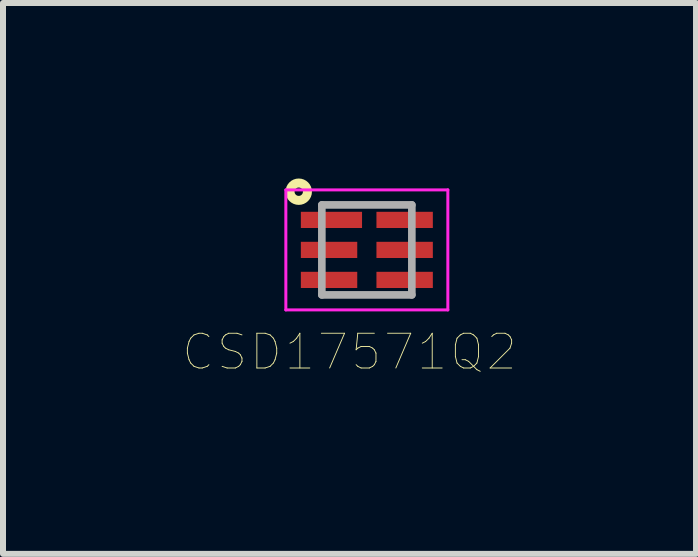
<source format=kicad_pcb>
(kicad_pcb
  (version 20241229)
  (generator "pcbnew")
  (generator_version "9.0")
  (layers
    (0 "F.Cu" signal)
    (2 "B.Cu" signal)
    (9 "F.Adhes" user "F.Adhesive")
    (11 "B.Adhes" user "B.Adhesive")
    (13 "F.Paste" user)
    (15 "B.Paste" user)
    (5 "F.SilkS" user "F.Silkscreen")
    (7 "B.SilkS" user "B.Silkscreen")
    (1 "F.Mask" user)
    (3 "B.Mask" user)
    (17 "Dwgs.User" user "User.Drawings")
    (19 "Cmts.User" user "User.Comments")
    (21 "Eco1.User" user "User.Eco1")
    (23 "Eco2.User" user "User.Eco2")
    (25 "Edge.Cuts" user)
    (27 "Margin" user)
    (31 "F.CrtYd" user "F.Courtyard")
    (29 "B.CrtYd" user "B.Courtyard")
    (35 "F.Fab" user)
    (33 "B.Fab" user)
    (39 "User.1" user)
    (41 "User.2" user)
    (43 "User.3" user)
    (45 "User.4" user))
  (footprint "CSD17571Q2"
    (layer "F.Cu")
    (at 3.064 1.115)
    (property "Reference" "CSD17571Q2" (at -0.289 1.701 0) (layer "F.SilkS") (effects (font (size 0.579 0.579) (thickness 0.015))))
    (attr through_hole)
    (fp_circle (center -1.135 -0.97) (end -1.065 -0.97) (stroke (width 0.15) (type solid)) (fill no) (layer "F.SilkS"))
    (fp_line (start -1.35 -1) (end 1.35 -1) (stroke (width 0.05) (type solid)) (layer "F.CrtYd"))
    (fp_line (start -1.35 1) (end -1.35 -1) (stroke (width 0.05) (type solid)) (layer "F.CrtYd"))
    (fp_line (start 1.35 -1) (end 1.35 1) (stroke (width 0.05) (type solid)) (layer "F.CrtYd"))
    (fp_line (start 1.35 1) (end -1.35 1) (stroke (width 0.05) (type solid)) (layer "F.CrtYd"))
    (fp_line (start -0.75 -0.75) (end 0.75 -0.75) (stroke (width 0.127) (type solid)) (layer "F.Fab"))
    (fp_line (start -0.75 0.75) (end -0.75 -0.75) (stroke (width 0.127) (type solid)) (layer "F.Fab"))
    (fp_line (start 0.75 -0.75) (end 0.75 0.75) (stroke (width 0.127) (type solid)) (layer "F.Fab"))
    (fp_line (start 0.75 0.75) (end -0.75 0.75) (stroke (width 0.127) (type solid)) (layer "F.Fab"))
    (pad "1" smd rect (at -0.59 -0.5) (size 1.02 0.27) (layers "F.Cu" "F.Mask" "F.Paste"))
    (pad "2" smd rect (at -0.63 0) (size 0.94 0.27) (layers "F.Cu" "F.Mask" "F.Paste"))
    (pad "3" smd rect (at -0.63 0.5) (size 0.94 0.27) (layers "F.Cu" "F.Mask" "F.Paste"))
    (pad "4" smd rect (at 0.63 0.5) (size 0.94 0.27) (layers "F.Cu" "F.Mask" "F.Paste"))
    (pad "5" smd rect (at 0.63 0) (size 0.94 0.27) (layers "F.Cu" "F.Mask" "F.Paste"))
    (pad "6" smd rect (at 0.63 -0.5) (size 0.94 0.27) (layers "F.Cu" "F.Mask" "F.Paste")))
  (gr_rect
    (start -3 -3)
    (end 8.55 6.181)
    (stroke (width 0.1) (type default))
    (fill no)
    (layer "Edge.Cuts")))
</source>
